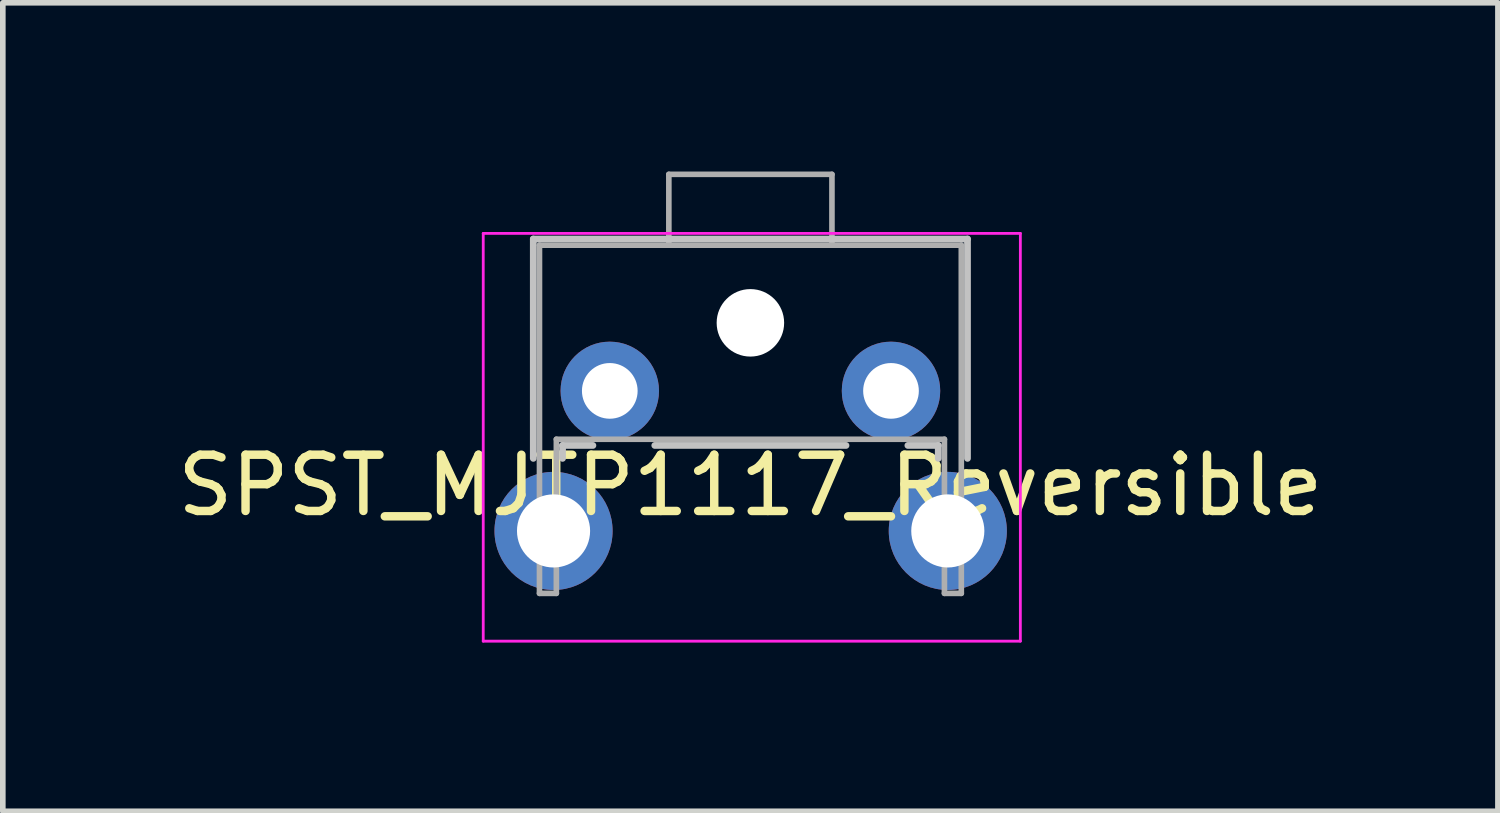
<source format=kicad_pcb>
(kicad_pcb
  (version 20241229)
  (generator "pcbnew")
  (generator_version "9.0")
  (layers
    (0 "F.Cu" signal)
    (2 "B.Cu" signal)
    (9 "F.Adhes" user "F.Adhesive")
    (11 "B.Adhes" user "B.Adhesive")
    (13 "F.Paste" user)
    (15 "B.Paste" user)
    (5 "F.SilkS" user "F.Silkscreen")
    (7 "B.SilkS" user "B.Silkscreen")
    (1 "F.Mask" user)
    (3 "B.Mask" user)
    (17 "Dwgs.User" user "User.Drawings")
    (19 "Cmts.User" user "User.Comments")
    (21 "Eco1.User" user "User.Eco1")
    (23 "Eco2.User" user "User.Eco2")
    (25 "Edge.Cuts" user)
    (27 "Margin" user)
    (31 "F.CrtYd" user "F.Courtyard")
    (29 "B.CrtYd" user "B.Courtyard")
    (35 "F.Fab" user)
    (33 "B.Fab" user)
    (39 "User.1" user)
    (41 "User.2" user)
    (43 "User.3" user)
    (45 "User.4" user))
  (footprint "SPST_MJTP1117_Reversible"
    (layer "F.Cu")
    (at 7.792 3.9)
    (property "Reference" "SPST_MJTP1117_Reversible" (at 2.5 1.68 0) (layer "F.SilkS") (effects (font (size 1 1) (thickness 0.15))))
    (attr through_hole)
    (fp_line (start -1.36 -2.7) (end -1.36 1.2) (stroke (width 0.12) (type solid)) (layer "Dwgs.User"))
    (fp_line (start -1.36 -2.7) (end 6.36 -2.7) (stroke (width 0.12) (type solid)) (layer "Dwgs.User"))
    (fp_line (start -0.84 0.97) (end -0.84 1.2) (stroke (width 0.12) (type solid)) (layer "Dwgs.User"))
    (fp_line (start -0.84 0.97) (end -0.3 0.97) (stroke (width 0.12) (type solid)) (layer "Dwgs.User"))
    (fp_line (start 0.8 0.97) (end 4.2 0.97) (stroke (width 0.12) (type solid)) (layer "Dwgs.User"))
    (fp_line (start 5.3 0.97) (end 5.84 0.97) (stroke (width 0.12) (type solid)) (layer "Dwgs.User"))
    (fp_line (start 5.84 0.97) (end 5.84 1.2) (stroke (width 0.12) (type solid)) (layer "Dwgs.User"))
    (fp_line (start 6.36 -2.7) (end 6.36 1.2) (stroke (width 0.12) (type solid)) (layer "Dwgs.User"))
    (fp_line (start -2.25 -2.8) (end 7.3 -2.8) (stroke (width 0.05) (type solid)) (layer "F.CrtYd"))
    (fp_line (start -2.25 4.45) (end -2.25 -2.8) (stroke (width 0.05) (type solid)) (layer "F.CrtYd"))
    (fp_line (start 7.3 -2.8) (end 7.3 4.45) (stroke (width 0.05) (type solid)) (layer "F.CrtYd"))
    (fp_line (start 7.3 4.45) (end -2.25 4.45) (stroke (width 0.05) (type solid)) (layer "F.CrtYd"))
    (fp_line (start -1.25 -2.59) (end 6.25 -2.59) (stroke (width 0.1) (type solid)) (layer "F.Fab"))
    (fp_line (start -1.25 3.6) (end -1.25 -2.59) (stroke (width 0.1) (type solid)) (layer "F.Fab"))
    (fp_line (start -1.25 3.6) (end -0.95 3.6) (stroke (width 0.1) (type solid)) (layer "F.Fab"))
    (fp_line (start -0.95 0.86) (end 5.95 0.86) (stroke (width 0.1) (type solid)) (layer "F.Fab"))
    (fp_line (start -0.95 3.6) (end -0.95 0.86) (stroke (width 0.1) (type solid)) (layer "F.Fab"))
    (fp_line (start 1.05 -3.85) (end 1.05 -2.59) (stroke (width 0.1) (type solid)) (layer "F.Fab"))
    (fp_line (start 1.05 -3.85) (end 3.95 -3.85) (stroke (width 0.1) (type solid)) (layer "F.Fab"))
    (fp_line (start 3.95 -3.85) (end 3.95 -2.59) (stroke (width 0.1) (type solid)) (layer "F.Fab"))
    (fp_line (start 5.95 3.6) (end 5.95 0.86) (stroke (width 0.1) (type solid)) (layer "F.Fab"))
    (fp_line (start 5.95 3.6) (end 6.25 3.6) (stroke (width 0.1) (type solid)) (layer "F.Fab"))
    (fp_line (start 6.25 3.6) (end 6.25 -2.59) (stroke (width 0.1) (type solid)) (layer "F.Fab"))
    (pad "" thru_hole circle (at -1 2.49) (size 2.1 2.1) (drill 1.3) (layers "*.Cu" "*.Mask"))
    (pad "" np_thru_hole circle (at 2.5 -1.21) (size 1.2 1.2) (drill 1.2) (layers "*.Cu" "*.Mask"))
    (pad "" thru_hole circle (at 6.01 2.49) (size 2.1 2.1) (drill 1.3) (layers "*.Cu" "*.Mask"))
    (pad "1" thru_hole circle (at 0 0) (size 1.75 1.75) (drill 0.99) (layers "*.Cu" "*.Mask"))
    (pad "2" thru_hole circle (at 5 0) (size 1.75 1.75) (drill 0.99) (layers "*.Cu" "*.Mask")))
  (gr_rect
    (start -3 -3)
    (end 23.583 11.375)
    (stroke (width 0.1) (type default))
    (fill no)
    (layer "Edge.Cuts")))
</source>
